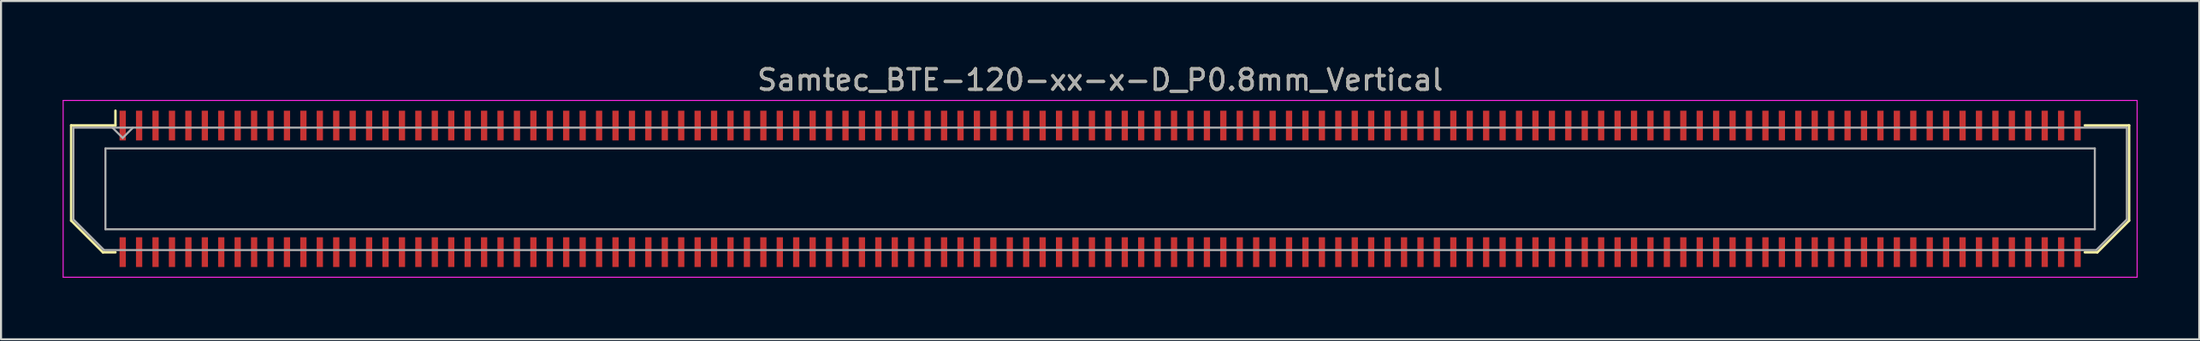
<source format=kicad_pcb>
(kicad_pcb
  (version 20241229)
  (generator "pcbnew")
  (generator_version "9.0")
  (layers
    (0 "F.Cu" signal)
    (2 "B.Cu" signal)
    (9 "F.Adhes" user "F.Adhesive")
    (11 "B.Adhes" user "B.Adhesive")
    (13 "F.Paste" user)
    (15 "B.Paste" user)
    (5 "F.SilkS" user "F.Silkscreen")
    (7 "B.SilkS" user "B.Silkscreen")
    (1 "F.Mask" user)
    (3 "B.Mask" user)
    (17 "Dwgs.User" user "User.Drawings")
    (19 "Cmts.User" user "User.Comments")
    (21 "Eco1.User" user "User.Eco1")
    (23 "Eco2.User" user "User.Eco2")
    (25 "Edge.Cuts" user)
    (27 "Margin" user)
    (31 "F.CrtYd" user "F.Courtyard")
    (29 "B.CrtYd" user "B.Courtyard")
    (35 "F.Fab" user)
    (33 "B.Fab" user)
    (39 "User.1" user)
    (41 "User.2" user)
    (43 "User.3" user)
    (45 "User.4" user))
  (footprint "Samtec_BTE-120-xx-x-D_P0.8mm_Vertical"
    (layer "F.Cu")
    (at 50.525 6.158)
    (property "Reference" "Samtec_BTE-120-xx-x-D_P0.8mm_Vertical" (at 0 -5.31 0) (layer "F.SilkS") (effects (font (size 1 1) (thickness 0.15))))
    (attr smd)
    (fp_line (start -50.11 -3.095) (end -50.11 1.548) (stroke (width 0.12) (type solid)) (layer "F.SilkS"))
    (fp_line (start -50.11 1.548) (end -48.562 3.095) (stroke (width 0.12) (type solid)) (layer "F.SilkS"))
    (fp_line (start -48.562 3.095) (end -47.953 3.095) (stroke (width 0.12) (type solid)) (layer "F.SilkS"))
    (fp_line (start -47.953 -3.811) (end -47.953 -3.095) (stroke (width 0.12) (type solid)) (layer "F.SilkS"))
    (fp_line (start -47.953 -3.095) (end -50.11 -3.095) (stroke (width 0.12) (type solid)) (layer "F.SilkS"))
    (fp_line (start 47.953 -3.095) (end 50.11 -3.095) (stroke (width 0.12) (type solid)) (layer "F.SilkS"))
    (fp_line (start 48.562 3.095) (end 47.953 3.095) (stroke (width 0.12) (type solid)) (layer "F.SilkS"))
    (fp_line (start 50.11 -3.095) (end 50.11 1.548) (stroke (width 0.12) (type solid)) (layer "F.SilkS"))
    (fp_line (start 50.11 1.548) (end 48.562 3.095) (stroke (width 0.12) (type solid)) (layer "F.SilkS"))
    (fp_line (start -50.5 -4.31) (end -50.5 4.31) (stroke (width 0.05) (type solid)) (layer "F.CrtYd"))
    (fp_line (start -50.5 4.31) (end 50.5 4.31) (stroke (width 0.05) (type solid)) (layer "F.CrtYd"))
    (fp_line (start 50.5 -4.31) (end -50.5 -4.31) (stroke (width 0.05) (type solid)) (layer "F.CrtYd"))
    (fp_line (start 50.5 4.31) (end 50.5 -4.31) (stroke (width 0.05) (type solid)) (layer "F.CrtYd"))
    (fp_line (start -50 -2.985) (end -50 1.492) (stroke (width 0.1) (type solid)) (layer "F.Fab"))
    (fp_line (start -50 -2.985) (end 50 -2.985) (stroke (width 0.1) (type solid)) (layer "F.Fab"))
    (fp_line (start -50 1.492) (end -48.508 2.985) (stroke (width 0.1) (type solid)) (layer "F.Fab"))
    (fp_line (start -48.508 2.985) (end 48.508 2.985) (stroke (width 0.1) (type solid)) (layer "F.Fab"))
    (fp_line (start -48.44 -1.97) (end -48.44 1.97) (stroke (width 0.1) (type solid)) (layer "F.Fab"))
    (fp_line (start -48.44 1.97) (end 48.44 1.97) (stroke (width 0.1) (type solid)) (layer "F.Fab"))
    (fp_line (start -47.6 -2.485) (end -48.1 -2.985) (stroke (width 0.1) (type solid)) (layer "F.Fab"))
    (fp_line (start -47.1 -2.985) (end -47.6 -2.485) (stroke (width 0.1) (type solid)) (layer "F.Fab"))
    (fp_line (start 48.44 -1.97) (end -48.44 -1.97) (stroke (width 0.1) (type solid)) (layer "F.Fab"))
    (fp_line (start 48.44 1.97) (end 48.44 -1.97) (stroke (width 0.1) (type solid)) (layer "F.Fab"))
    (fp_line (start 50 -2.985) (end 50 1.492) (stroke (width 0.1) (type solid)) (layer "F.Fab"))
    (fp_line (start 50 1.492) (end 48.508 2.985) (stroke (width 0.1) (type solid)) (layer "F.Fab"))
    (fp_text user "${REFERENCE}" (at 0 -5.31 0) (layer "F.Fab") (effects (font (size 1 1) (thickness 0.15))))
    (pad "1" smd rect (at -47.6 -3.086) (size 0.305 1.45) (layers "F.Cu" "F.Mask" "F.Paste"))
    (pad "2" smd rect (at -47.6 3.086) (size 0.305 1.45) (layers "F.Cu" "F.Mask" "F.Paste"))
    (pad "3" smd rect (at -46.8 -3.086) (size 0.305 1.45) (layers "F.Cu" "F.Mask" "F.Paste"))
    (pad "4" smd rect (at -46.8 3.086) (size 0.305 1.45) (layers "F.Cu" "F.Mask" "F.Paste"))
    (pad "5" smd rect (at -46 -3.086) (size 0.305 1.45) (layers "F.Cu" "F.Mask" "F.Paste"))
    (pad "6" smd rect (at -46 3.086) (size 0.305 1.45) (layers "F.Cu" "F.Mask" "F.Paste"))
    (pad "7" smd rect (at -45.2 -3.086) (size 0.305 1.45) (layers "F.Cu" "F.Mask" "F.Paste"))
    (pad "8" smd rect (at -45.2 3.086) (size 0.305 1.45) (layers "F.Cu" "F.Mask" "F.Paste"))
    (pad "9" smd rect (at -44.4 -3.086) (size 0.305 1.45) (layers "F.Cu" "F.Mask" "F.Paste"))
    (pad "10" smd rect (at -44.4 3.086) (size 0.305 1.45) (layers "F.Cu" "F.Mask" "F.Paste"))
    (pad "11" smd rect (at -43.6 -3.086) (size 0.305 1.45) (layers "F.Cu" "F.Mask" "F.Paste"))
    (pad "12" smd rect (at -43.6 3.086) (size 0.305 1.45) (layers "F.Cu" "F.Mask" "F.Paste"))
    (pad "13" smd rect (at -42.8 -3.086) (size 0.305 1.45) (layers "F.Cu" "F.Mask" "F.Paste"))
    (pad "14" smd rect (at -42.8 3.086) (size 0.305 1.45) (layers "F.Cu" "F.Mask" "F.Paste"))
    (pad "15" smd rect (at -42 -3.086) (size 0.305 1.45) (layers "F.Cu" "F.Mask" "F.Paste"))
    (pad "16" smd rect (at -42 3.086) (size 0.305 1.45) (layers "F.Cu" "F.Mask" "F.Paste"))
    (pad "17" smd rect (at -41.2 -3.086) (size 0.305 1.45) (layers "F.Cu" "F.Mask" "F.Paste"))
    (pad "18" smd rect (at -41.2 3.086) (size 0.305 1.45) (layers "F.Cu" "F.Mask" "F.Paste"))
    (pad "19" smd rect (at -40.4 -3.086) (size 0.305 1.45) (layers "F.Cu" "F.Mask" "F.Paste"))
    (pad "20" smd rect (at -40.4 3.086) (size 0.305 1.45) (layers "F.Cu" "F.Mask" "F.Paste"))
    (pad "21" smd rect (at -39.6 -3.086) (size 0.305 1.45) (layers "F.Cu" "F.Mask" "F.Paste"))
    (pad "22" smd rect (at -39.6 3.086) (size 0.305 1.45) (layers "F.Cu" "F.Mask" "F.Paste"))
    (pad "23" smd rect (at -38.8 -3.086) (size 0.305 1.45) (layers "F.Cu" "F.Mask" "F.Paste"))
    (pad "24" smd rect (at -38.8 3.086) (size 0.305 1.45) (layers "F.Cu" "F.Mask" "F.Paste"))
    (pad "25" smd rect (at -38 -3.086) (size 0.305 1.45) (layers "F.Cu" "F.Mask" "F.Paste"))
    (pad "26" smd rect (at -38 3.086) (size 0.305 1.45) (layers "F.Cu" "F.Mask" "F.Paste"))
    (pad "27" smd rect (at -37.2 -3.086) (size 0.305 1.45) (layers "F.Cu" "F.Mask" "F.Paste"))
    (pad "28" smd rect (at -37.2 3.086) (size 0.305 1.45) (layers "F.Cu" "F.Mask" "F.Paste"))
    (pad "29" smd rect (at -36.4 -3.086) (size 0.305 1.45) (layers "F.Cu" "F.Mask" "F.Paste"))
    (pad "30" smd rect (at -36.4 3.086) (size 0.305 1.45) (layers "F.Cu" "F.Mask" "F.Paste"))
    (pad "31" smd rect (at -35.6 -3.086) (size 0.305 1.45) (layers "F.Cu" "F.Mask" "F.Paste"))
    (pad "32" smd rect (at -35.6 3.086) (size 0.305 1.45) (layers "F.Cu" "F.Mask" "F.Paste"))
    (pad "33" smd rect (at -34.8 -3.086) (size 0.305 1.45) (layers "F.Cu" "F.Mask" "F.Paste"))
    (pad "34" smd rect (at -34.8 3.086) (size 0.305 1.45) (layers "F.Cu" "F.Mask" "F.Paste"))
    (pad "35" smd rect (at -34 -3.086) (size 0.305 1.45) (layers "F.Cu" "F.Mask" "F.Paste"))
    (pad "36" smd rect (at -34 3.086) (size 0.305 1.45) (layers "F.Cu" "F.Mask" "F.Paste"))
    (pad "37" smd rect (at -33.2 -3.086) (size 0.305 1.45) (layers "F.Cu" "F.Mask" "F.Paste"))
    (pad "38" smd rect (at -33.2 3.086) (size 0.305 1.45) (layers "F.Cu" "F.Mask" "F.Paste"))
    (pad "39" smd rect (at -32.4 -3.086) (size 0.305 1.45) (layers "F.Cu" "F.Mask" "F.Paste"))
    (pad "40" smd rect (at -32.4 3.086) (size 0.305 1.45) (layers "F.Cu" "F.Mask" "F.Paste"))
    (pad "41" smd rect (at -31.6 -3.086) (size 0.305 1.45) (layers "F.Cu" "F.Mask" "F.Paste"))
    (pad "42" smd rect (at -31.6 3.086) (size 0.305 1.45) (layers "F.Cu" "F.Mask" "F.Paste"))
    (pad "43" smd rect (at -30.8 -3.086) (size 0.305 1.45) (layers "F.Cu" "F.Mask" "F.Paste"))
    (pad "44" smd rect (at -30.8 3.086) (size 0.305 1.45) (layers "F.Cu" "F.Mask" "F.Paste"))
    (pad "45" smd rect (at -30 -3.086) (size 0.305 1.45) (layers "F.Cu" "F.Mask" "F.Paste"))
    (pad "46" smd rect (at -30 3.086) (size 0.305 1.45) (layers "F.Cu" "F.Mask" "F.Paste"))
    (pad "47" smd rect (at -29.2 -3.086) (size 0.305 1.45) (layers "F.Cu" "F.Mask" "F.Paste"))
    (pad "48" smd rect (at -29.2 3.086) (size 0.305 1.45) (layers "F.Cu" "F.Mask" "F.Paste"))
    (pad "49" smd rect (at -28.4 -3.086) (size 0.305 1.45) (layers "F.Cu" "F.Mask" "F.Paste"))
    (pad "50" smd rect (at -28.4 3.086) (size 0.305 1.45) (layers "F.Cu" "F.Mask" "F.Paste"))
    (pad "51" smd rect (at -27.6 -3.086) (size 0.305 1.45) (layers "F.Cu" "F.Mask" "F.Paste"))
    (pad "52" smd rect (at -27.6 3.086) (size 0.305 1.45) (layers "F.Cu" "F.Mask" "F.Paste"))
    (pad "53" smd rect (at -26.8 -3.086) (size 0.305 1.45) (layers "F.Cu" "F.Mask" "F.Paste"))
    (pad "54" smd rect (at -26.8 3.086) (size 0.305 1.45) (layers "F.Cu" "F.Mask" "F.Paste"))
    (pad "55" smd rect (at -26 -3.086) (size 0.305 1.45) (layers "F.Cu" "F.Mask" "F.Paste"))
    (pad "56" smd rect (at -26 3.086) (size 0.305 1.45) (layers "F.Cu" "F.Mask" "F.Paste"))
    (pad "57" smd rect (at -25.2 -3.086) (size 0.305 1.45) (layers "F.Cu" "F.Mask" "F.Paste"))
    (pad "58" smd rect (at -25.2 3.086) (size 0.305 1.45) (layers "F.Cu" "F.Mask" "F.Paste"))
    (pad "59" smd rect (at -24.4 -3.086) (size 0.305 1.45) (layers "F.Cu" "F.Mask" "F.Paste"))
    (pad "60" smd rect (at -24.4 3.086) (size 0.305 1.45) (layers "F.Cu" "F.Mask" "F.Paste"))
    (pad "61" smd rect (at -23.6 -3.086) (size 0.305 1.45) (layers "F.Cu" "F.Mask" "F.Paste"))
    (pad "62" smd rect (at -23.6 3.086) (size 0.305 1.45) (layers "F.Cu" "F.Mask" "F.Paste"))
    (pad "63" smd rect (at -22.8 -3.086) (size 0.305 1.45) (layers "F.Cu" "F.Mask" "F.Paste"))
    (pad "64" smd rect (at -22.8 3.086) (size 0.305 1.45) (layers "F.Cu" "F.Mask" "F.Paste"))
    (pad "65" smd rect (at -22 -3.086) (size 0.305 1.45) (layers "F.Cu" "F.Mask" "F.Paste"))
    (pad "66" smd rect (at -22 3.086) (size 0.305 1.45) (layers "F.Cu" "F.Mask" "F.Paste"))
    (pad "67" smd rect (at -21.2 -3.086) (size 0.305 1.45) (layers "F.Cu" "F.Mask" "F.Paste"))
    (pad "68" smd rect (at -21.2 3.086) (size 0.305 1.45) (layers "F.Cu" "F.Mask" "F.Paste"))
    (pad "69" smd rect (at -20.4 -3.086) (size 0.305 1.45) (layers "F.Cu" "F.Mask" "F.Paste"))
    (pad "70" smd rect (at -20.4 3.086) (size 0.305 1.45) (layers "F.Cu" "F.Mask" "F.Paste"))
    (pad "71" smd rect (at -19.6 -3.086) (size 0.305 1.45) (layers "F.Cu" "F.Mask" "F.Paste"))
    (pad "72" smd rect (at -19.6 3.086) (size 0.305 1.45) (layers "F.Cu" "F.Mask" "F.Paste"))
    (pad "73" smd rect (at -18.8 -3.086) (size 0.305 1.45) (layers "F.Cu" "F.Mask" "F.Paste"))
    (pad "74" smd rect (at -18.8 3.086) (size 0.305 1.45) (layers "F.Cu" "F.Mask" "F.Paste"))
    (pad "75" smd rect (at -18 -3.086) (size 0.305 1.45) (layers "F.Cu" "F.Mask" "F.Paste"))
    (pad "76" smd rect (at -18 3.086) (size 0.305 1.45) (layers "F.Cu" "F.Mask" "F.Paste"))
    (pad "77" smd rect (at -17.2 -3.086) (size 0.305 1.45) (layers "F.Cu" "F.Mask" "F.Paste"))
    (pad "78" smd rect (at -17.2 3.086) (size 0.305 1.45) (layers "F.Cu" "F.Mask" "F.Paste"))
    (pad "79" smd rect (at -16.4 -3.086) (size 0.305 1.45) (layers "F.Cu" "F.Mask" "F.Paste"))
    (pad "80" smd rect (at -16.4 3.086) (size 0.305 1.45) (layers "F.Cu" "F.Mask" "F.Paste"))
    (pad "81" smd rect (at -15.6 -3.086) (size 0.305 1.45) (layers "F.Cu" "F.Mask" "F.Paste"))
    (pad "82" smd rect (at -15.6 3.086) (size 0.305 1.45) (layers "F.Cu" "F.Mask" "F.Paste"))
    (pad "83" smd rect (at -14.8 -3.086) (size 0.305 1.45) (layers "F.Cu" "F.Mask" "F.Paste"))
    (pad "84" smd rect (at -14.8 3.086) (size 0.305 1.45) (layers "F.Cu" "F.Mask" "F.Paste"))
    (pad "85" smd rect (at -14 -3.086) (size 0.305 1.45) (layers "F.Cu" "F.Mask" "F.Paste"))
    (pad "86" smd rect (at -14 3.086) (size 0.305 1.45) (layers "F.Cu" "F.Mask" "F.Paste"))
    (pad "87" smd rect (at -13.2 -3.086) (size 0.305 1.45) (layers "F.Cu" "F.Mask" "F.Paste"))
    (pad "88" smd rect (at -13.2 3.086) (size 0.305 1.45) (layers "F.Cu" "F.Mask" "F.Paste"))
    (pad "89" smd rect (at -12.4 -3.086) (size 0.305 1.45) (layers "F.Cu" "F.Mask" "F.Paste"))
    (pad "90" smd rect (at -12.4 3.086) (size 0.305 1.45) (layers "F.Cu" "F.Mask" "F.Paste"))
    (pad "91" smd rect (at -11.6 -3.086) (size 0.305 1.45) (layers "F.Cu" "F.Mask" "F.Paste"))
    (pad "92" smd rect (at -11.6 3.086) (size 0.305 1.45) (layers "F.Cu" "F.Mask" "F.Paste"))
    (pad "93" smd rect (at -10.8 -3.086) (size 0.305 1.45) (layers "F.Cu" "F.Mask" "F.Paste"))
    (pad "94" smd rect (at -10.8 3.086) (size 0.305 1.45) (layers "F.Cu" "F.Mask" "F.Paste"))
    (pad "95" smd rect (at -10 -3.086) (size 0.305 1.45) (layers "F.Cu" "F.Mask" "F.Paste"))
    (pad "96" smd rect (at -10 3.086) (size 0.305 1.45) (layers "F.Cu" "F.Mask" "F.Paste"))
    (pad "97" smd rect (at -9.2 -3.086) (size 0.305 1.45) (layers "F.Cu" "F.Mask" "F.Paste"))
    (pad "98" smd rect (at -9.2 3.086) (size 0.305 1.45) (layers "F.Cu" "F.Mask" "F.Paste"))
    (pad "99" smd rect (at -8.4 -3.086) (size 0.305 1.45) (layers "F.Cu" "F.Mask" "F.Paste"))
    (pad "100" smd rect (at -8.4 3.086) (size 0.305 1.45) (layers "F.Cu" "F.Mask" "F.Paste"))
    (pad "101" smd rect (at -7.6 -3.086) (size 0.305 1.45) (layers "F.Cu" "F.Mask" "F.Paste"))
    (pad "102" smd rect (at -7.6 3.086) (size 0.305 1.45) (layers "F.Cu" "F.Mask" "F.Paste"))
    (pad "103" smd rect (at -6.8 -3.086) (size 0.305 1.45) (layers "F.Cu" "F.Mask" "F.Paste"))
    (pad "104" smd rect (at -6.8 3.086) (size 0.305 1.45) (layers "F.Cu" "F.Mask" "F.Paste"))
    (pad "105" smd rect (at -6 -3.086) (size 0.305 1.45) (layers "F.Cu" "F.Mask" "F.Paste"))
    (pad "106" smd rect (at -6 3.086) (size 0.305 1.45) (layers "F.Cu" "F.Mask" "F.Paste"))
    (pad "107" smd rect (at -5.2 -3.086) (size 0.305 1.45) (layers "F.Cu" "F.Mask" "F.Paste"))
    (pad "108" smd rect (at -5.2 3.086) (size 0.305 1.45) (layers "F.Cu" "F.Mask" "F.Paste"))
    (pad "109" smd rect (at -4.4 -3.086) (size 0.305 1.45) (layers "F.Cu" "F.Mask" "F.Paste"))
    (pad "110" smd rect (at -4.4 3.086) (size 0.305 1.45) (layers "F.Cu" "F.Mask" "F.Paste"))
    (pad "111" smd rect (at -3.6 -3.086) (size 0.305 1.45) (layers "F.Cu" "F.Mask" "F.Paste"))
    (pad "112" smd rect (at -3.6 3.086) (size 0.305 1.45) (layers "F.Cu" "F.Mask" "F.Paste"))
    (pad "113" smd rect (at -2.8 -3.086) (size 0.305 1.45) (layers "F.Cu" "F.Mask" "F.Paste"))
    (pad "114" smd rect (at -2.8 3.086) (size 0.305 1.45) (layers "F.Cu" "F.Mask" "F.Paste"))
    (pad "115" smd rect (at -2 -3.086) (size 0.305 1.45) (layers "F.Cu" "F.Mask" "F.Paste"))
    (pad "116" smd rect (at -2 3.086) (size 0.305 1.45) (layers "F.Cu" "F.Mask" "F.Paste"))
    (pad "117" smd rect (at -1.2 -3.086) (size 0.305 1.45) (layers "F.Cu" "F.Mask" "F.Paste"))
    (pad "118" smd rect (at -1.2 3.086) (size 0.305 1.45) (layers "F.Cu" "F.Mask" "F.Paste"))
    (pad "119" smd rect (at -0.4 -3.086) (size 0.305 1.45) (layers "F.Cu" "F.Mask" "F.Paste"))
    (pad "120" smd rect (at -0.4 3.086) (size 0.305 1.45) (layers "F.Cu" "F.Mask" "F.Paste"))
    (pad "121" smd rect (at 0.4 -3.086) (size 0.305 1.45) (layers "F.Cu" "F.Mask" "F.Paste"))
    (pad "122" smd rect (at 0.4 3.086) (size 0.305 1.45) (layers "F.Cu" "F.Mask" "F.Paste"))
    (pad "123" smd rect (at 1.2 -3.086) (size 0.305 1.45) (layers "F.Cu" "F.Mask" "F.Paste"))
    (pad "124" smd rect (at 1.2 3.086) (size 0.305 1.45) (layers "F.Cu" "F.Mask" "F.Paste"))
    (pad "125" smd rect (at 2 -3.086) (size 0.305 1.45) (layers "F.Cu" "F.Mask" "F.Paste"))
    (pad "126" smd rect (at 2 3.086) (size 0.305 1.45) (layers "F.Cu" "F.Mask" "F.Paste"))
    (pad "127" smd rect (at 2.8 -3.086) (size 0.305 1.45) (layers "F.Cu" "F.Mask" "F.Paste"))
    (pad "128" smd rect (at 2.8 3.086) (size 0.305 1.45) (layers "F.Cu" "F.Mask" "F.Paste"))
    (pad "129" smd rect (at 3.6 -3.086) (size 0.305 1.45) (layers "F.Cu" "F.Mask" "F.Paste"))
    (pad "130" smd rect (at 3.6 3.086) (size 0.305 1.45) (layers "F.Cu" "F.Mask" "F.Paste"))
    (pad "131" smd rect (at 4.4 -3.086) (size 0.305 1.45) (layers "F.Cu" "F.Mask" "F.Paste"))
    (pad "132" smd rect (at 4.4 3.086) (size 0.305 1.45) (layers "F.Cu" "F.Mask" "F.Paste"))
    (pad "133" smd rect (at 5.2 -3.086) (size 0.305 1.45) (layers "F.Cu" "F.Mask" "F.Paste"))
    (pad "134" smd rect (at 5.2 3.086) (size 0.305 1.45) (layers "F.Cu" "F.Mask" "F.Paste"))
    (pad "135" smd rect (at 6 -3.086) (size 0.305 1.45) (layers "F.Cu" "F.Mask" "F.Paste"))
    (pad "136" smd rect (at 6 3.086) (size 0.305 1.45) (layers "F.Cu" "F.Mask" "F.Paste"))
    (pad "137" smd rect (at 6.8 -3.086) (size 0.305 1.45) (layers "F.Cu" "F.Mask" "F.Paste"))
    (pad "138" smd rect (at 6.8 3.086) (size 0.305 1.45) (layers "F.Cu" "F.Mask" "F.Paste"))
    (pad "139" smd rect (at 7.6 -3.086) (size 0.305 1.45) (layers "F.Cu" "F.Mask" "F.Paste"))
    (pad "140" smd rect (at 7.6 3.086) (size 0.305 1.45) (layers "F.Cu" "F.Mask" "F.Paste"))
    (pad "141" smd rect (at 8.4 -3.086) (size 0.305 1.45) (layers "F.Cu" "F.Mask" "F.Paste"))
    (pad "142" smd rect (at 8.4 3.086) (size 0.305 1.45) (layers "F.Cu" "F.Mask" "F.Paste"))
    (pad "143" smd rect (at 9.2 -3.086) (size 0.305 1.45) (layers "F.Cu" "F.Mask" "F.Paste"))
    (pad "144" smd rect (at 9.2 3.086) (size 0.305 1.45) (layers "F.Cu" "F.Mask" "F.Paste"))
    (pad "145" smd rect (at 10 -3.086) (size 0.305 1.45) (layers "F.Cu" "F.Mask" "F.Paste"))
    (pad "146" smd rect (at 10 3.086) (size 0.305 1.45) (layers "F.Cu" "F.Mask" "F.Paste"))
    (pad "147" smd rect (at 10.8 -3.086) (size 0.305 1.45) (layers "F.Cu" "F.Mask" "F.Paste"))
    (pad "148" smd rect (at 10.8 3.086) (size 0.305 1.45) (layers "F.Cu" "F.Mask" "F.Paste"))
    (pad "149" smd rect (at 11.6 -3.086) (size 0.305 1.45) (layers "F.Cu" "F.Mask" "F.Paste"))
    (pad "150" smd rect (at 11.6 3.086) (size 0.305 1.45) (layers "F.Cu" "F.Mask" "F.Paste"))
    (pad "151" smd rect (at 12.4 -3.086) (size 0.305 1.45) (layers "F.Cu" "F.Mask" "F.Paste"))
    (pad "152" smd rect (at 12.4 3.086) (size 0.305 1.45) (layers "F.Cu" "F.Mask" "F.Paste"))
    (pad "153" smd rect (at 13.2 -3.086) (size 0.305 1.45) (layers "F.Cu" "F.Mask" "F.Paste"))
    (pad "154" smd rect (at 13.2 3.086) (size 0.305 1.45) (layers "F.Cu" "F.Mask" "F.Paste"))
    (pad "155" smd rect (at 14 -3.086) (size 0.305 1.45) (layers "F.Cu" "F.Mask" "F.Paste"))
    (pad "156" smd rect (at 14 3.086) (size 0.305 1.45) (layers "F.Cu" "F.Mask" "F.Paste"))
    (pad "157" smd rect (at 14.8 -3.086) (size 0.305 1.45) (layers "F.Cu" "F.Mask" "F.Paste"))
    (pad "158" smd rect (at 14.8 3.086) (size 0.305 1.45) (layers "F.Cu" "F.Mask" "F.Paste"))
    (pad "159" smd rect (at 15.6 -3.086) (size 0.305 1.45) (layers "F.Cu" "F.Mask" "F.Paste"))
    (pad "160" smd rect (at 15.6 3.086) (size 0.305 1.45) (layers "F.Cu" "F.Mask" "F.Paste"))
    (pad "161" smd rect (at 16.4 -3.086) (size 0.305 1.45) (layers "F.Cu" "F.Mask" "F.Paste"))
    (pad "162" smd rect (at 16.4 3.086) (size 0.305 1.45) (layers "F.Cu" "F.Mask" "F.Paste"))
    (pad "163" smd rect (at 17.2 -3.086) (size 0.305 1.45) (layers "F.Cu" "F.Mask" "F.Paste"))
    (pad "164" smd rect (at 17.2 3.086) (size 0.305 1.45) (layers "F.Cu" "F.Mask" "F.Paste"))
    (pad "165" smd rect (at 18 -3.086) (size 0.305 1.45) (layers "F.Cu" "F.Mask" "F.Paste"))
    (pad "166" smd rect (at 18 3.086) (size 0.305 1.45) (layers "F.Cu" "F.Mask" "F.Paste"))
    (pad "167" smd rect (at 18.8 -3.086) (size 0.305 1.45) (layers "F.Cu" "F.Mask" "F.Paste"))
    (pad "168" smd rect (at 18.8 3.086) (size 0.305 1.45) (layers "F.Cu" "F.Mask" "F.Paste"))
    (pad "169" smd rect (at 19.6 -3.086) (size 0.305 1.45) (layers "F.Cu" "F.Mask" "F.Paste"))
    (pad "170" smd rect (at 19.6 3.086) (size 0.305 1.45) (layers "F.Cu" "F.Mask" "F.Paste"))
    (pad "171" smd rect (at 20.4 -3.086) (size 0.305 1.45) (layers "F.Cu" "F.Mask" "F.Paste"))
    (pad "172" smd rect (at 20.4 3.086) (size 0.305 1.45) (layers "F.Cu" "F.Mask" "F.Paste"))
    (pad "173" smd rect (at 21.2 -3.086) (size 0.305 1.45) (layers "F.Cu" "F.Mask" "F.Paste"))
    (pad "174" smd rect (at 21.2 3.086) (size 0.305 1.45) (layers "F.Cu" "F.Mask" "F.Paste"))
    (pad "175" smd rect (at 22 -3.086) (size 0.305 1.45) (layers "F.Cu" "F.Mask" "F.Paste"))
    (pad "176" smd rect (at 22 3.086) (size 0.305 1.45) (layers "F.Cu" "F.Mask" "F.Paste"))
    (pad "177" smd rect (at 22.8 -3.086) (size 0.305 1.45) (layers "F.Cu" "F.Mask" "F.Paste"))
    (pad "178" smd rect (at 22.8 3.086) (size 0.305 1.45) (layers "F.Cu" "F.Mask" "F.Paste"))
    (pad "179" smd rect (at 23.6 -3.086) (size 0.305 1.45) (layers "F.Cu" "F.Mask" "F.Paste"))
    (pad "180" smd rect (at 23.6 3.086) (size 0.305 1.45) (layers "F.Cu" "F.Mask" "F.Paste"))
    (pad "181" smd rect (at 24.4 -3.086) (size 0.305 1.45) (layers "F.Cu" "F.Mask" "F.Paste"))
    (pad "182" smd rect (at 24.4 3.086) (size 0.305 1.45) (layers "F.Cu" "F.Mask" "F.Paste"))
    (pad "183" smd rect (at 25.2 -3.086) (size 0.305 1.45) (layers "F.Cu" "F.Mask" "F.Paste"))
    (pad "184" smd rect (at 25.2 3.086) (size 0.305 1.45) (layers "F.Cu" "F.Mask" "F.Paste"))
    (pad "185" smd rect (at 26 -3.086) (size 0.305 1.45) (layers "F.Cu" "F.Mask" "F.Paste"))
    (pad "186" smd rect (at 26 3.086) (size 0.305 1.45) (layers "F.Cu" "F.Mask" "F.Paste"))
    (pad "187" smd rect (at 26.8 -3.086) (size 0.305 1.45) (layers "F.Cu" "F.Mask" "F.Paste"))
    (pad "188" smd rect (at 26.8 3.086) (size 0.305 1.45) (layers "F.Cu" "F.Mask" "F.Paste"))
    (pad "189" smd rect (at 27.6 -3.086) (size 0.305 1.45) (layers "F.Cu" "F.Mask" "F.Paste"))
    (pad "190" smd rect (at 27.6 3.086) (size 0.305 1.45) (layers "F.Cu" "F.Mask" "F.Paste"))
    (pad "191" smd rect (at 28.4 -3.086) (size 0.305 1.45) (layers "F.Cu" "F.Mask" "F.Paste"))
    (pad "192" smd rect (at 28.4 3.086) (size 0.305 1.45) (layers "F.Cu" "F.Mask" "F.Paste"))
    (pad "193" smd rect (at 29.2 -3.086) (size 0.305 1.45) (layers "F.Cu" "F.Mask" "F.Paste"))
    (pad "194" smd rect (at 29.2 3.086) (size 0.305 1.45) (layers "F.Cu" "F.Mask" "F.Paste"))
    (pad "195" smd rect (at 30 -3.086) (size 0.305 1.45) (layers "F.Cu" "F.Mask" "F.Paste"))
    (pad "196" smd rect (at 30 3.086) (size 0.305 1.45) (layers "F.Cu" "F.Mask" "F.Paste"))
    (pad "197" smd rect (at 30.8 -3.086) (size 0.305 1.45) (layers "F.Cu" "F.Mask" "F.Paste"))
    (pad "198" smd rect (at 30.8 3.086) (size 0.305 1.45) (layers "F.Cu" "F.Mask" "F.Paste"))
    (pad "199" smd rect (at 31.6 -3.086) (size 0.305 1.45) (layers "F.Cu" "F.Mask" "F.Paste"))
    (pad "200" smd rect (at 31.6 3.086) (size 0.305 1.45) (layers "F.Cu" "F.Mask" "F.Paste"))
    (pad "201" smd rect (at 32.4 -3.086) (size 0.305 1.45) (layers "F.Cu" "F.Mask" "F.Paste"))
    (pad "202" smd rect (at 32.4 3.086) (size 0.305 1.45) (layers "F.Cu" "F.Mask" "F.Paste"))
    (pad "203" smd rect (at 33.2 -3.086) (size 0.305 1.45) (layers "F.Cu" "F.Mask" "F.Paste"))
    (pad "204" smd rect (at 33.2 3.086) (size 0.305 1.45) (layers "F.Cu" "F.Mask" "F.Paste"))
    (pad "205" smd rect (at 34 -3.086) (size 0.305 1.45) (layers "F.Cu" "F.Mask" "F.Paste"))
    (pad "206" smd rect (at 34 3.086) (size 0.305 1.45) (layers "F.Cu" "F.Mask" "F.Paste"))
    (pad "207" smd rect (at 34.8 -3.086) (size 0.305 1.45) (layers "F.Cu" "F.Mask" "F.Paste"))
    (pad "208" smd rect (at 34.8 3.086) (size 0.305 1.45) (layers "F.Cu" "F.Mask" "F.Paste"))
    (pad "209" smd rect (at 35.6 -3.086) (size 0.305 1.45) (layers "F.Cu" "F.Mask" "F.Paste"))
    (pad "210" smd rect (at 35.6 3.086) (size 0.305 1.45) (layers "F.Cu" "F.Mask" "F.Paste"))
    (pad "211" smd rect (at 36.4 -3.086) (size 0.305 1.45) (layers "F.Cu" "F.Mask" "F.Paste"))
    (pad "212" smd rect (at 36.4 3.086) (size 0.305 1.45) (layers "F.Cu" "F.Mask" "F.Paste"))
    (pad "213" smd rect (at 37.2 -3.086) (size 0.305 1.45) (layers "F.Cu" "F.Mask" "F.Paste"))
    (pad "214" smd rect (at 37.2 3.086) (size 0.305 1.45) (layers "F.Cu" "F.Mask" "F.Paste"))
    (pad "215" smd rect (at 38 -3.086) (size 0.305 1.45) (layers "F.Cu" "F.Mask" "F.Paste"))
    (pad "216" smd rect (at 38 3.086) (size 0.305 1.45) (layers "F.Cu" "F.Mask" "F.Paste"))
    (pad "217" smd rect (at 38.8 -3.086) (size 0.305 1.45) (layers "F.Cu" "F.Mask" "F.Paste"))
    (pad "218" smd rect (at 38.8 3.086) (size 0.305 1.45) (layers "F.Cu" "F.Mask" "F.Paste"))
    (pad "219" smd rect (at 39.6 -3.086) (size 0.305 1.45) (layers "F.Cu" "F.Mask" "F.Paste"))
    (pad "220" smd rect (at 39.6 3.086) (size 0.305 1.45) (layers "F.Cu" "F.Mask" "F.Paste"))
    (pad "221" smd rect (at 40.4 -3.086) (size 0.305 1.45) (layers "F.Cu" "F.Mask" "F.Paste"))
    (pad "222" smd rect (at 40.4 3.086) (size 0.305 1.45) (layers "F.Cu" "F.Mask" "F.Paste"))
    (pad "223" smd rect (at 41.2 -3.086) (size 0.305 1.45) (layers "F.Cu" "F.Mask" "F.Paste"))
    (pad "224" smd rect (at 41.2 3.086) (size 0.305 1.45) (layers "F.Cu" "F.Mask" "F.Paste"))
    (pad "225" smd rect (at 42 -3.086) (size 0.305 1.45) (layers "F.Cu" "F.Mask" "F.Paste"))
    (pad "226" smd rect (at 42 3.086) (size 0.305 1.45) (layers "F.Cu" "F.Mask" "F.Paste"))
    (pad "227" smd rect (at 42.8 -3.086) (size 0.305 1.45) (layers "F.Cu" "F.Mask" "F.Paste"))
    (pad "228" smd rect (at 42.8 3.086) (size 0.305 1.45) (layers "F.Cu" "F.Mask" "F.Paste"))
    (pad "229" smd rect (at 43.6 -3.086) (size 0.305 1.45) (layers "F.Cu" "F.Mask" "F.Paste"))
    (pad "230" smd rect (at 43.6 3.086) (size 0.305 1.45) (layers "F.Cu" "F.Mask" "F.Paste"))
    (pad "231" smd rect (at 44.4 -3.086) (size 0.305 1.45) (layers "F.Cu" "F.Mask" "F.Paste"))
    (pad "232" smd rect (at 44.4 3.086) (size 0.305 1.45) (layers "F.Cu" "F.Mask" "F.Paste"))
    (pad "233" smd rect (at 45.2 -3.086) (size 0.305 1.45) (layers "F.Cu" "F.Mask" "F.Paste"))
    (pad "234" smd rect (at 45.2 3.086) (size 0.305 1.45) (layers "F.Cu" "F.Mask" "F.Paste"))
    (pad "235" smd rect (at 46 -3.086) (size 0.305 1.45) (layers "F.Cu" "F.Mask" "F.Paste"))
    (pad "236" smd rect (at 46 3.086) (size 0.305 1.45) (layers "F.Cu" "F.Mask" "F.Paste"))
    (pad "237" smd rect (at 46.8 -3.086) (size 0.305 1.45) (layers "F.Cu" "F.Mask" "F.Paste"))
    (pad "238" smd rect (at 46.8 3.086) (size 0.305 1.45) (layers "F.Cu" "F.Mask" "F.Paste"))
    (pad "239" smd rect (at 47.6 -3.086) (size 0.305 1.45) (layers "F.Cu" "F.Mask" "F.Paste"))
    (pad "240" smd rect (at 47.6 3.086) (size 0.305 1.45) (layers "F.Cu" "F.Mask" "F.Paste")))
  (gr_rect
    (start -3 -3)
    (end 104.05 13.493)
    (stroke (width 0.1) (type default))
    (fill no)
    (layer "Edge.Cuts")))
</source>
